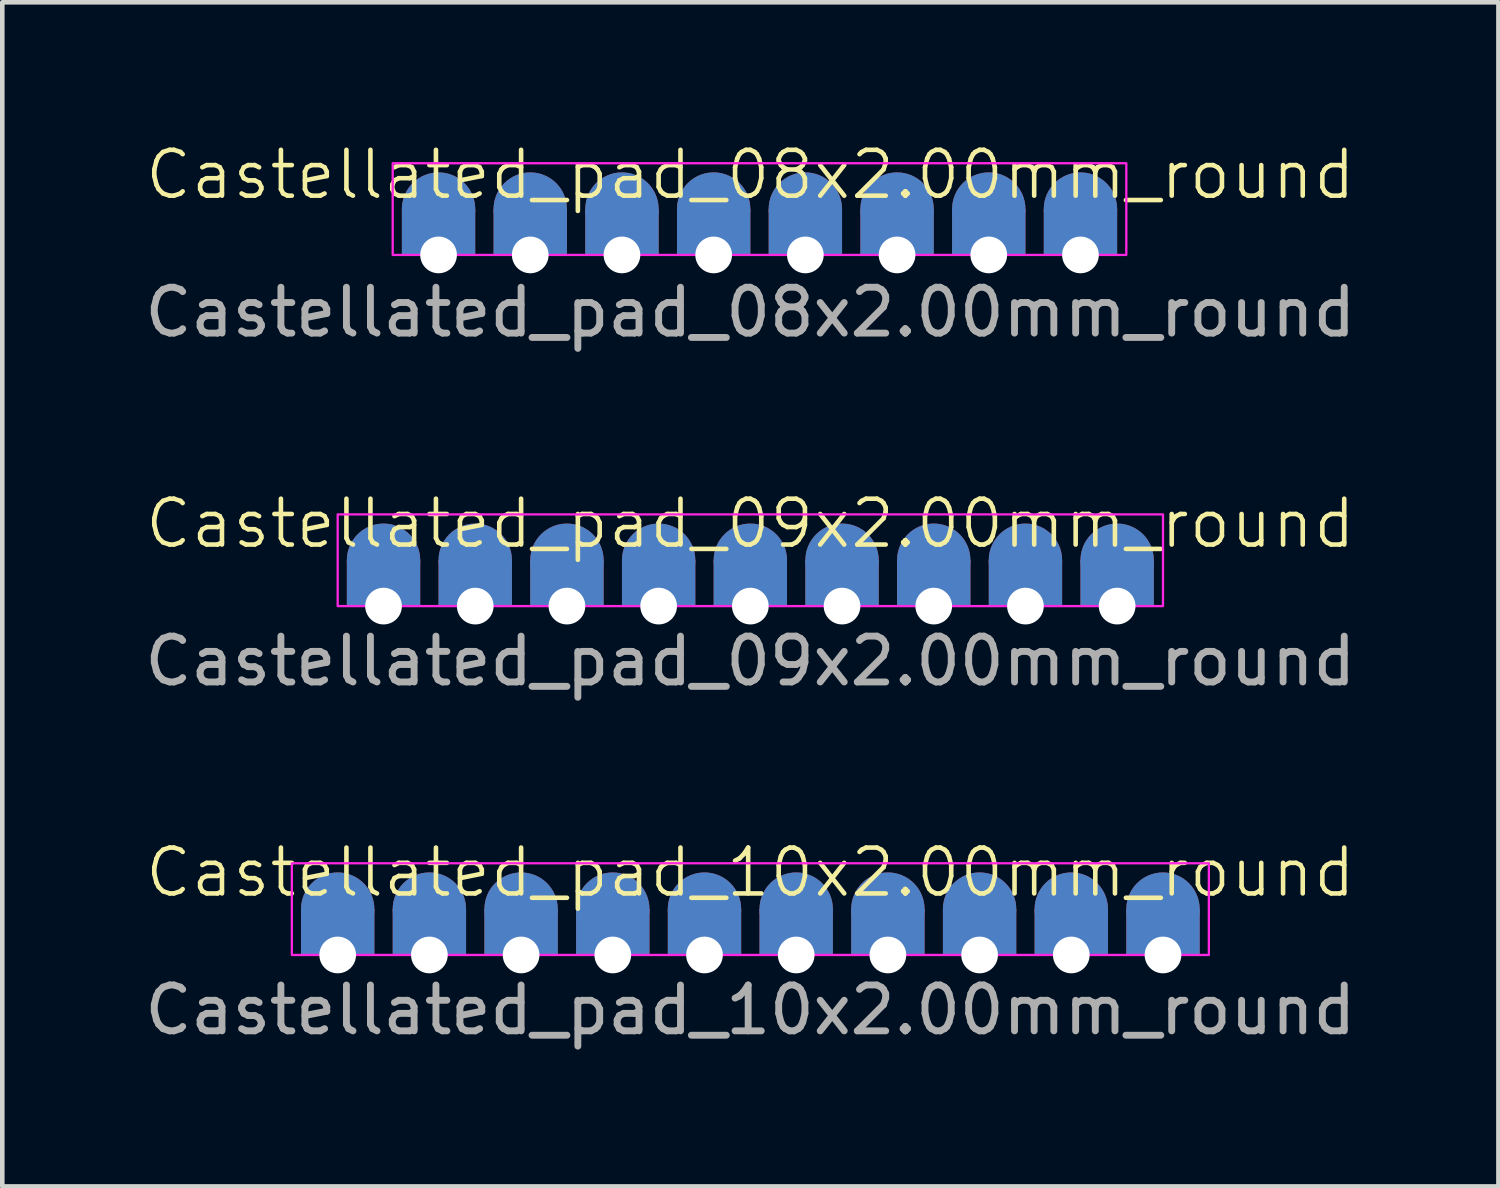
<source format=kicad_pcb>
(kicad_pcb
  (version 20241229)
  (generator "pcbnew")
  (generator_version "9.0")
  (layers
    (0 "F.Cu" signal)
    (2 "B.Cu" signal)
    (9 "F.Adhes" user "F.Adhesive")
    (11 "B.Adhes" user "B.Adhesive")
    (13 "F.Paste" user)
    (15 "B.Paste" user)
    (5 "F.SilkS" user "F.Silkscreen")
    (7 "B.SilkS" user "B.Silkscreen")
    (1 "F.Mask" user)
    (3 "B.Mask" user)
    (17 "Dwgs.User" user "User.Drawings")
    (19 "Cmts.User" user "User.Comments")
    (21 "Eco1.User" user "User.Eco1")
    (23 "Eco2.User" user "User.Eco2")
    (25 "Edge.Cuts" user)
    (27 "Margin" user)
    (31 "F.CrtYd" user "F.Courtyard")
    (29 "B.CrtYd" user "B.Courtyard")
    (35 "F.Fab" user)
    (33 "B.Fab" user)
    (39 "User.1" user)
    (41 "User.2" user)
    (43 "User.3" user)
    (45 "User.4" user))
  (footprint "Castellated_pad_09x2.00mm_round"
    (layer "F.Cu")
    (at 13.315 9.169)
    (property "Reference" "Castellated_pad_09x2.00mm_round" (at 0 -0.8 0) (unlocked yes) (layer "F.SilkS") (effects (font (size 1 1) (thickness 0.1))))
    (attr smd)
    (fp_rect (start -9 -1) (end 9 1) (stroke (width 0.05) (type solid)) (fill no) (layer "F.CrtYd"))
    (fp_text user "${REFERENCE}" (at 0 2.2 0) (unlocked yes) (layer "F.Fab") (effects (font (size 1 1) (thickness 0.15))))
    (pad "1" smd circle (at -8 0) (size 1.6 1.6) (layers "F.Cu" "F.Mask" "F.Paste"))
    (pad "1" smd circle (at -8 0) (size 1.6 1.6) (layers "B.Cu" "B.Mask" "B.Paste"))
    (pad "1" thru_hole rect (at -8 1) (size 1.6 1) (drill 0.8 (offset 0 -0.5)) (property pad_prop_castellated) (layers "*.Cu" "*.Mask"))
    (pad "2" smd circle (at -6 0) (size 1.6 1.6) (layers "F.Cu" "F.Mask" "F.Paste"))
    (pad "2" smd circle (at -6 0) (size 1.6 1.6) (layers "B.Cu" "B.Mask" "B.Paste"))
    (pad "2" thru_hole rect (at -6 1) (size 1.6 1) (drill 0.8 (offset 0 -0.5)) (property pad_prop_castellated) (layers "*.Cu" "*.Mask"))
    (pad "3" smd circle (at -4 0) (size 1.6 1.6) (layers "F.Cu" "F.Mask" "F.Paste"))
    (pad "3" smd circle (at -4 0) (size 1.6 1.6) (layers "B.Cu" "B.Mask" "B.Paste"))
    (pad "3" thru_hole rect (at -4 1) (size 1.6 1) (drill 0.8 (offset 0 -0.5)) (property pad_prop_castellated) (layers "*.Cu" "*.Mask"))
    (pad "4" smd circle (at -2 0) (size 1.6 1.6) (layers "F.Cu" "F.Mask" "F.Paste"))
    (pad "4" smd circle (at -2 0) (size 1.6 1.6) (layers "B.Cu" "B.Mask" "B.Paste"))
    (pad "4" thru_hole rect (at -2 1) (size 1.6 1) (drill 0.8 (offset 0 -0.5)) (property pad_prop_castellated) (layers "*.Cu" "*.Mask"))
    (pad "5" smd circle (at 0 0) (size 1.6 1.6) (layers "F.Cu" "F.Mask" "F.Paste"))
    (pad "5" smd circle (at 0 0) (size 1.6 1.6) (layers "B.Cu" "B.Mask" "B.Paste"))
    (pad "5" thru_hole rect (at 0 1) (size 1.6 1) (drill 0.8 (offset 0 -0.5)) (property pad_prop_castellated) (layers "*.Cu" "*.Mask"))
    (pad "6" smd circle (at 2 0) (size 1.6 1.6) (layers "F.Cu" "F.Mask" "F.Paste"))
    (pad "6" smd circle (at 2 0) (size 1.6 1.6) (layers "B.Cu" "B.Mask" "B.Paste"))
    (pad "6" thru_hole rect (at 2 1) (size 1.6 1) (drill 0.8 (offset 0 -0.5)) (property pad_prop_castellated) (layers "*.Cu" "*.Mask"))
    (pad "7" smd circle (at 4 0) (size 1.6 1.6) (layers "F.Cu" "F.Mask" "F.Paste"))
    (pad "7" smd circle (at 4 0) (size 1.6 1.6) (layers "B.Cu" "B.Mask" "B.Paste"))
    (pad "7" thru_hole rect (at 4 1) (size 1.6 1) (drill 0.8 (offset 0 -0.5)) (property pad_prop_castellated) (layers "*.Cu" "*.Mask"))
    (pad "8" smd circle (at 6 0) (size 1.6 1.6) (layers "F.Cu" "F.Mask" "F.Paste"))
    (pad "8" smd circle (at 6 0) (size 1.6 1.6) (layers "B.Cu" "B.Mask" "B.Paste"))
    (pad "8" thru_hole rect (at 6 1) (size 1.6 1) (drill 0.8 (offset 0 -0.5)) (property pad_prop_castellated) (layers "*.Cu" "*.Mask"))
    (pad "9" smd circle (at 8 0) (size 1.6 1.6) (layers "F.Cu" "F.Mask" "F.Paste"))
    (pad "9" smd circle (at 8 0) (size 1.6 1.6) (layers "B.Cu" "B.Mask" "B.Paste"))
    (pad "9" thru_hole rect (at 8 1) (size 1.6 1) (drill 0.8 (offset 0 -0.5)) (property pad_prop_castellated) (layers "*.Cu" "*.Mask")))
  (footprint "Castellated_pad_08x2.00mm_round"
    (layer "F.Cu")
    (at 13.515 1.51)
    (property "Reference" "Castellated_pad_08x2.00mm_round" (at -0.2 -0.75 0) (unlocked yes) (layer "F.SilkS") (effects (font (size 1 1) (thickness 0.1))))
    (attr smd)
    (fp_rect (start -8 -1) (end 8 1) (stroke (width 0.05) (type solid)) (fill no) (layer "F.CrtYd"))
    (fp_text user "${REFERENCE}" (at -0.2 2.25 0) (unlocked yes) (layer "F.Fab") (effects (font (size 1 1) (thickness 0.15))))
    (pad "1" smd circle (at -7 0) (size 1.6 1.6) (layers "F.Cu" "F.Mask" "F.Paste"))
    (pad "1" smd circle (at -7 0) (size 1.6 1.6) (layers "B.Cu" "B.Mask" "B.Paste"))
    (pad "1" thru_hole rect (at -7 1) (size 1.6 1) (drill 0.8 (offset 0 -0.5)) (property pad_prop_castellated) (layers "*.Cu" "*.Mask"))
    (pad "2" smd circle (at -5 0) (size 1.6 1.6) (layers "F.Cu" "F.Mask" "F.Paste"))
    (pad "2" smd circle (at -5 0) (size 1.6 1.6) (layers "B.Cu" "B.Mask" "B.Paste"))
    (pad "2" thru_hole rect (at -5 1) (size 1.6 1) (drill 0.8 (offset 0 -0.5)) (property pad_prop_castellated) (layers "*.Cu" "*.Mask"))
    (pad "3" smd circle (at -3 0) (size 1.6 1.6) (layers "F.Cu" "F.Mask" "F.Paste"))
    (pad "3" smd circle (at -3 0) (size 1.6 1.6) (layers "B.Cu" "B.Mask" "B.Paste"))
    (pad "3" thru_hole rect (at -3 1) (size 1.6 1) (drill 0.8 (offset 0 -0.5)) (property pad_prop_castellated) (layers "*.Cu" "*.Mask"))
    (pad "4" smd circle (at -1 0) (size 1.6 1.6) (layers "F.Cu" "F.Mask" "F.Paste"))
    (pad "4" smd circle (at -1 0) (size 1.6 1.6) (layers "B.Cu" "B.Mask" "B.Paste"))
    (pad "4" thru_hole rect (at -1 1) (size 1.6 1) (drill 0.8 (offset 0 -0.5)) (property pad_prop_castellated) (layers "*.Cu" "*.Mask"))
    (pad "5" smd circle (at 1 0) (size 1.6 1.6) (layers "F.Cu" "F.Mask" "F.Paste"))
    (pad "5" smd circle (at 1 0) (size 1.6 1.6) (layers "B.Cu" "B.Mask" "B.Paste"))
    (pad "5" thru_hole rect (at 1 1) (size 1.6 1) (drill 0.8 (offset 0 -0.5)) (property pad_prop_castellated) (layers "*.Cu" "*.Mask"))
    (pad "6" smd circle (at 3 0) (size 1.6 1.6) (layers "F.Cu" "F.Mask" "F.Paste"))
    (pad "6" smd circle (at 3 0) (size 1.6 1.6) (layers "B.Cu" "B.Mask" "B.Paste"))
    (pad "6" thru_hole rect (at 3 1) (size 1.6 1) (drill 0.8 (offset 0 -0.5)) (property pad_prop_castellated) (layers "*.Cu" "*.Mask"))
    (pad "7" smd circle (at 5 0) (size 1.6 1.6) (layers "F.Cu" "F.Mask" "F.Paste"))
    (pad "7" smd circle (at 5 0) (size 1.6 1.6) (layers "B.Cu" "B.Mask" "B.Paste"))
    (pad "7" thru_hole rect (at 5 1) (size 1.6 1) (drill 0.8 (offset 0 -0.5)) (property pad_prop_castellated) (layers "*.Cu" "*.Mask"))
    (pad "8" smd circle (at 7 0) (size 1.6 1.6) (layers "F.Cu" "F.Mask" "F.Paste"))
    (pad "8" smd circle (at 7 0) (size 1.6 1.6) (layers "B.Cu" "B.Mask" "B.Paste"))
    (pad "8" thru_hole rect (at 7 1) (size 1.6 1) (drill 0.8 (offset 0 -0.5)) (property pad_prop_castellated) (layers "*.Cu" "*.Mask")))
  (footprint "Castellated_pad_10x2.00mm_round"
    (layer "F.Cu")
    (at 13.315 16.778)
    (property "Reference" "Castellated_pad_10x2.00mm_round" (at 0 -0.8 0) (unlocked yes) (layer "F.SilkS") (effects (font (size 1 1) (thickness 0.1))))
    (attr smd)
    (fp_rect (start -10 -1) (end 10 1) (stroke (width 0.05) (type solid)) (fill no) (layer "F.CrtYd"))
    (fp_text user "${REFERENCE}" (at 0 2.2 0) (unlocked yes) (layer "F.Fab") (effects (font (size 1 1) (thickness 0.15))))
    (pad "1" smd circle (at -9 0) (size 1.6 1.6) (layers "F.Cu" "F.Mask" "F.Paste"))
    (pad "1" smd circle (at -9 0) (size 1.6 1.6) (layers "B.Cu" "B.Mask" "B.Paste"))
    (pad "1" thru_hole rect (at -9 1) (size 1.6 1) (drill 0.8 (offset 0 -0.5)) (property pad_prop_castellated) (layers "*.Cu" "*.Mask"))
    (pad "2" smd circle (at -7 0) (size 1.6 1.6) (layers "F.Cu" "F.Mask" "F.Paste"))
    (pad "2" smd circle (at -7 0) (size 1.6 1.6) (layers "B.Cu" "B.Mask" "B.Paste"))
    (pad "2" thru_hole rect (at -7 1) (size 1.6 1) (drill 0.8 (offset 0 -0.5)) (property pad_prop_castellated) (layers "*.Cu" "*.Mask"))
    (pad "3" smd circle (at -5 0) (size 1.6 1.6) (layers "F.Cu" "F.Mask" "F.Paste"))
    (pad "3" smd circle (at -5 0) (size 1.6 1.6) (layers "B.Cu" "B.Mask" "B.Paste"))
    (pad "3" thru_hole rect (at -5 1) (size 1.6 1) (drill 0.8 (offset 0 -0.5)) (property pad_prop_castellated) (layers "*.Cu" "*.Mask"))
    (pad "4" smd circle (at -3 0) (size 1.6 1.6) (layers "F.Cu" "F.Mask" "F.Paste"))
    (pad "4" smd circle (at -3 0) (size 1.6 1.6) (layers "B.Cu" "B.Mask" "B.Paste"))
    (pad "4" thru_hole rect (at -3 1) (size 1.6 1) (drill 0.8 (offset 0 -0.5)) (property pad_prop_castellated) (layers "*.Cu" "*.Mask"))
    (pad "5" smd circle (at -1 0) (size 1.6 1.6) (layers "F.Cu" "F.Mask" "F.Paste"))
    (pad "5" smd circle (at -1 0) (size 1.6 1.6) (layers "B.Cu" "B.Mask" "B.Paste"))
    (pad "5" thru_hole rect (at -1 1) (size 1.6 1) (drill 0.8 (offset 0 -0.5)) (property pad_prop_castellated) (layers "*.Cu" "*.Mask"))
    (pad "6" smd circle (at 1 0) (size 1.6 1.6) (layers "F.Cu" "F.Mask" "F.Paste"))
    (pad "6" smd circle (at 1 0) (size 1.6 1.6) (layers "B.Cu" "B.Mask" "B.Paste"))
    (pad "6" thru_hole rect (at 1 1) (size 1.6 1) (drill 0.8 (offset 0 -0.5)) (property pad_prop_castellated) (layers "*.Cu" "*.Mask"))
    (pad "7" smd circle (at 3 0) (size 1.6 1.6) (layers "F.Cu" "F.Mask" "F.Paste"))
    (pad "7" smd circle (at 3 0) (size 1.6 1.6) (layers "B.Cu" "B.Mask" "B.Paste"))
    (pad "7" thru_hole rect (at 3 1) (size 1.6 1) (drill 0.8 (offset 0 -0.5)) (property pad_prop_castellated) (layers "*.Cu" "*.Mask"))
    (pad "8" smd circle (at 5 0) (size 1.6 1.6) (layers "F.Cu" "F.Mask" "F.Paste"))
    (pad "8" smd circle (at 5 0) (size 1.6 1.6) (layers "B.Cu" "B.Mask" "B.Paste"))
    (pad "8" thru_hole rect (at 5 1) (size 1.6 1) (drill 0.8 (offset 0 -0.5)) (property pad_prop_castellated) (layers "*.Cu" "*.Mask"))
    (pad "9" smd circle (at 7 0) (size 1.6 1.6) (layers "F.Cu" "F.Mask" "F.Paste"))
    (pad "9" smd circle (at 7 0) (size 1.6 1.6) (layers "B.Cu" "B.Mask" "B.Paste"))
    (pad "9" thru_hole rect (at 7 1) (size 1.6 1) (drill 0.8 (offset 0 -0.5)) (property pad_prop_castellated) (layers "*.Cu" "*.Mask"))
    (pad "10" smd circle (at 9 0) (size 1.6 1.6) (layers "F.Cu" "F.Mask" "F.Paste"))
    (pad "10" smd circle (at 9 0) (size 1.6 1.6) (layers "B.Cu" "B.Mask" "B.Paste"))
    (pad "10" thru_hole rect (at 9 1) (size 1.6 1) (drill 0.8 (offset 0 -0.5)) (property pad_prop_castellated) (layers "*.Cu" "*.Mask")))
  (gr_rect
    (start -3 -3)
    (end 29.631 22.826)
    (stroke (width 0.1) (type default))
    (fill no)
    (layer "Edge.Cuts")))
</source>
